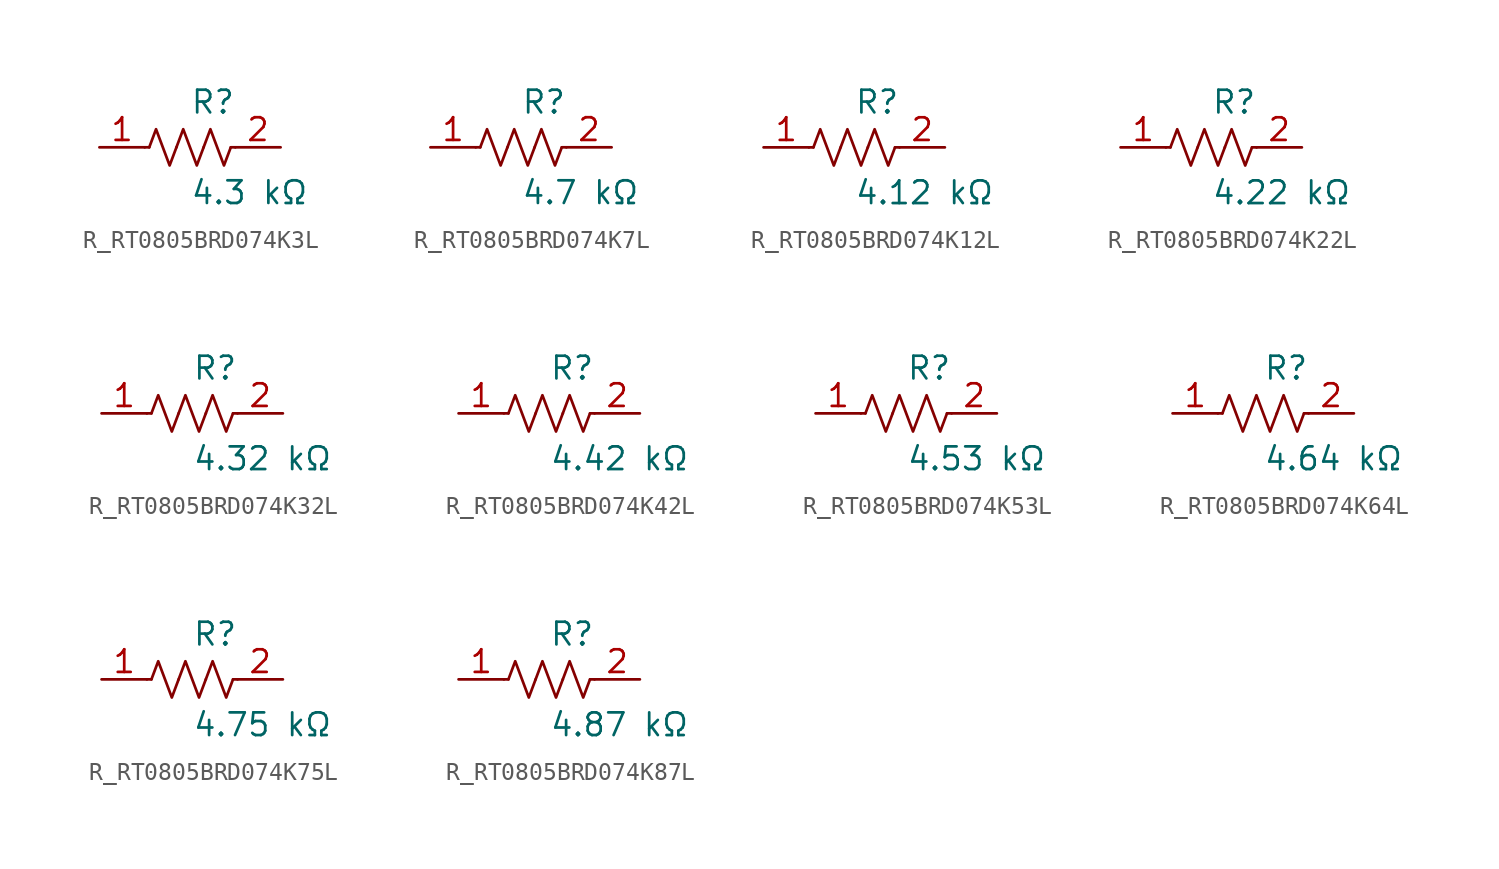
<source format=kicad_sym>
(kicad_symbol_lib
  (version 20231120)
  (generator kicad_symbol_editor)
  (generator_version 8.0)
  (symbol "R_RT0805BRD074K3L"
    (pin_names
      (offset 0.254))
    (property "Reference" "R"
      (at 0.0 2.54 0)
      (effects (font (size 1.27 1.27)) (justify left)))
    (property "Value" "4.3 kΩ"
      (at 0.0 -2.54 0)
      (effects (font (size 1.27 1.27)) (justify left)))
    (symbol "R_RT0805BRD074K3L_0_1"
      (polyline (pts (xy 2.286 0) (xy 2.54 0)) (stroke (width 0) (type default)) (fill (type none)))
      (polyline (pts (xy -2.286 0) (xy -2.54 0)) (stroke (width 0) (type default)) (fill (type none)))
      (polyline (pts (xy 0.762 0) (xy 1.143 1.016) (xy 1.524 0) (xy 1.905 -1.016) (xy 2.286 0)) (stroke (width 0) (type default)) (fill (type none)))
      (polyline (pts (xy -0.762 0) (xy -0.381 1.016) (xy 0 0) (xy 0.381 -1.016) (xy 0.762 0)) (stroke (width 0) (type default)) (fill (type none)))
      (polyline (pts (xy -2.286 0) (xy -1.905 1.016) (xy -1.524 0) (xy -1.143 -1.016) (xy -0.762 0)) (stroke (width 0) (type default)) (fill (type none))))
    (pin unspecified line
      (at -5.08 0 0)
      (length 2.54)
      (name "" (effects (font (size 1.27 1.27))))
      (number "1" (effects (font (size 1.27 1.27)))))
    (pin unspecified line
      (at 5.08 0 180)
      (length 2.54)
      (name "" (effects (font (size 1.27 1.27))))
      (number "2" (effects (font (size 1.27 1.27))))))
  (symbol "R_RT0805BRD074K7L"
    (pin_names
      (offset 0.254))
    (property "Reference" "R"
      (at 0.0 2.54 0)
      (effects (font (size 1.27 1.27)) (justify left)))
    (property "Value" "4.7 kΩ"
      (at 0.0 -2.54 0)
      (effects (font (size 1.27 1.27)) (justify left)))
    (symbol "R_RT0805BRD074K7L_0_1"
      (polyline (pts (xy 2.286 0) (xy 2.54 0)) (stroke (width 0) (type default)) (fill (type none)))
      (polyline (pts (xy -2.286 0) (xy -2.54 0)) (stroke (width 0) (type default)) (fill (type none)))
      (polyline (pts (xy 0.762 0) (xy 1.143 1.016) (xy 1.524 0) (xy 1.905 -1.016) (xy 2.286 0)) (stroke (width 0) (type default)) (fill (type none)))
      (polyline (pts (xy -0.762 0) (xy -0.381 1.016) (xy 0 0) (xy 0.381 -1.016) (xy 0.762 0)) (stroke (width 0) (type default)) (fill (type none)))
      (polyline (pts (xy -2.286 0) (xy -1.905 1.016) (xy -1.524 0) (xy -1.143 -1.016) (xy -0.762 0)) (stroke (width 0) (type default)) (fill (type none))))
    (pin unspecified line
      (at -5.08 0 0)
      (length 2.54)
      (name "" (effects (font (size 1.27 1.27))))
      (number "1" (effects (font (size 1.27 1.27)))))
    (pin unspecified line
      (at 5.08 0 180)
      (length 2.54)
      (name "" (effects (font (size 1.27 1.27))))
      (number "2" (effects (font (size 1.27 1.27))))))
  (symbol "R_RT0805BRD074K12L"
    (pin_names
      (offset 0.254))
    (property "Reference" "R"
      (at 0.0 2.54 0)
      (effects (font (size 1.27 1.27)) (justify left)))
    (property "Value" "4.12 kΩ"
      (at 0.0 -2.54 0)
      (effects (font (size 1.27 1.27)) (justify left)))
    (symbol "R_RT0805BRD074K12L_0_1"
      (polyline (pts (xy 2.286 0) (xy 2.54 0)) (stroke (width 0) (type default)) (fill (type none)))
      (polyline (pts (xy -2.286 0) (xy -2.54 0)) (stroke (width 0) (type default)) (fill (type none)))
      (polyline (pts (xy 0.762 0) (xy 1.143 1.016) (xy 1.524 0) (xy 1.905 -1.016) (xy 2.286 0)) (stroke (width 0) (type default)) (fill (type none)))
      (polyline (pts (xy -0.762 0) (xy -0.381 1.016) (xy 0 0) (xy 0.381 -1.016) (xy 0.762 0)) (stroke (width 0) (type default)) (fill (type none)))
      (polyline (pts (xy -2.286 0) (xy -1.905 1.016) (xy -1.524 0) (xy -1.143 -1.016) (xy -0.762 0)) (stroke (width 0) (type default)) (fill (type none))))
    (pin unspecified line
      (at -5.08 0 0)
      (length 2.54)
      (name "" (effects (font (size 1.27 1.27))))
      (number "1" (effects (font (size 1.27 1.27)))))
    (pin unspecified line
      (at 5.08 0 180)
      (length 2.54)
      (name "" (effects (font (size 1.27 1.27))))
      (number "2" (effects (font (size 1.27 1.27))))))
  (symbol "R_RT0805BRD074K22L"
    (pin_names
      (offset 0.254))
    (property "Reference" "R"
      (at 0.0 2.54 0)
      (effects (font (size 1.27 1.27)) (justify left)))
    (property "Value" "4.22 kΩ"
      (at 0.0 -2.54 0)
      (effects (font (size 1.27 1.27)) (justify left)))
    (symbol "R_RT0805BRD074K22L_0_1"
      (polyline (pts (xy 2.286 0) (xy 2.54 0)) (stroke (width 0) (type default)) (fill (type none)))
      (polyline (pts (xy -2.286 0) (xy -2.54 0)) (stroke (width 0) (type default)) (fill (type none)))
      (polyline (pts (xy 0.762 0) (xy 1.143 1.016) (xy 1.524 0) (xy 1.905 -1.016) (xy 2.286 0)) (stroke (width 0) (type default)) (fill (type none)))
      (polyline (pts (xy -0.762 0) (xy -0.381 1.016) (xy 0 0) (xy 0.381 -1.016) (xy 0.762 0)) (stroke (width 0) (type default)) (fill (type none)))
      (polyline (pts (xy -2.286 0) (xy -1.905 1.016) (xy -1.524 0) (xy -1.143 -1.016) (xy -0.762 0)) (stroke (width 0) (type default)) (fill (type none))))
    (pin unspecified line
      (at -5.08 0 0)
      (length 2.54)
      (name "" (effects (font (size 1.27 1.27))))
      (number "1" (effects (font (size 1.27 1.27)))))
    (pin unspecified line
      (at 5.08 0 180)
      (length 2.54)
      (name "" (effects (font (size 1.27 1.27))))
      (number "2" (effects (font (size 1.27 1.27))))))
  (symbol "R_RT0805BRD074K32L"
    (pin_names
      (offset 0.254))
    (property "Reference" "R"
      (at 0.0 2.54 0)
      (effects (font (size 1.27 1.27)) (justify left)))
    (property "Value" "4.32 kΩ"
      (at 0.0 -2.54 0)
      (effects (font (size 1.27 1.27)) (justify left)))
    (symbol "R_RT0805BRD074K32L_0_1"
      (polyline (pts (xy 2.286 0) (xy 2.54 0)) (stroke (width 0) (type default)) (fill (type none)))
      (polyline (pts (xy -2.286 0) (xy -2.54 0)) (stroke (width 0) (type default)) (fill (type none)))
      (polyline (pts (xy 0.762 0) (xy 1.143 1.016) (xy 1.524 0) (xy 1.905 -1.016) (xy 2.286 0)) (stroke (width 0) (type default)) (fill (type none)))
      (polyline (pts (xy -0.762 0) (xy -0.381 1.016) (xy 0 0) (xy 0.381 -1.016) (xy 0.762 0)) (stroke (width 0) (type default)) (fill (type none)))
      (polyline (pts (xy -2.286 0) (xy -1.905 1.016) (xy -1.524 0) (xy -1.143 -1.016) (xy -0.762 0)) (stroke (width 0) (type default)) (fill (type none))))
    (pin unspecified line
      (at -5.08 0 0)
      (length 2.54)
      (name "" (effects (font (size 1.27 1.27))))
      (number "1" (effects (font (size 1.27 1.27)))))
    (pin unspecified line
      (at 5.08 0 180)
      (length 2.54)
      (name "" (effects (font (size 1.27 1.27))))
      (number "2" (effects (font (size 1.27 1.27))))))
  (symbol "R_RT0805BRD074K42L"
    (pin_names
      (offset 0.254))
    (property "Reference" "R"
      (at 0.0 2.54 0)
      (effects (font (size 1.27 1.27)) (justify left)))
    (property "Value" "4.42 kΩ"
      (at 0.0 -2.54 0)
      (effects (font (size 1.27 1.27)) (justify left)))
    (symbol "R_RT0805BRD074K42L_0_1"
      (polyline (pts (xy 2.286 0) (xy 2.54 0)) (stroke (width 0) (type default)) (fill (type none)))
      (polyline (pts (xy -2.286 0) (xy -2.54 0)) (stroke (width 0) (type default)) (fill (type none)))
      (polyline (pts (xy 0.762 0) (xy 1.143 1.016) (xy 1.524 0) (xy 1.905 -1.016) (xy 2.286 0)) (stroke (width 0) (type default)) (fill (type none)))
      (polyline (pts (xy -0.762 0) (xy -0.381 1.016) (xy 0 0) (xy 0.381 -1.016) (xy 0.762 0)) (stroke (width 0) (type default)) (fill (type none)))
      (polyline (pts (xy -2.286 0) (xy -1.905 1.016) (xy -1.524 0) (xy -1.143 -1.016) (xy -0.762 0)) (stroke (width 0) (type default)) (fill (type none))))
    (pin unspecified line
      (at -5.08 0 0)
      (length 2.54)
      (name "" (effects (font (size 1.27 1.27))))
      (number "1" (effects (font (size 1.27 1.27)))))
    (pin unspecified line
      (at 5.08 0 180)
      (length 2.54)
      (name "" (effects (font (size 1.27 1.27))))
      (number "2" (effects (font (size 1.27 1.27))))))
  (symbol "R_RT0805BRD074K53L"
    (pin_names
      (offset 0.254))
    (property "Reference" "R"
      (at 0.0 2.54 0)
      (effects (font (size 1.27 1.27)) (justify left)))
    (property "Value" "4.53 kΩ"
      (at 0.0 -2.54 0)
      (effects (font (size 1.27 1.27)) (justify left)))
    (symbol "R_RT0805BRD074K53L_0_1"
      (polyline (pts (xy 2.286 0) (xy 2.54 0)) (stroke (width 0) (type default)) (fill (type none)))
      (polyline (pts (xy -2.286 0) (xy -2.54 0)) (stroke (width 0) (type default)) (fill (type none)))
      (polyline (pts (xy 0.762 0) (xy 1.143 1.016) (xy 1.524 0) (xy 1.905 -1.016) (xy 2.286 0)) (stroke (width 0) (type default)) (fill (type none)))
      (polyline (pts (xy -0.762 0) (xy -0.381 1.016) (xy 0 0) (xy 0.381 -1.016) (xy 0.762 0)) (stroke (width 0) (type default)) (fill (type none)))
      (polyline (pts (xy -2.286 0) (xy -1.905 1.016) (xy -1.524 0) (xy -1.143 -1.016) (xy -0.762 0)) (stroke (width 0) (type default)) (fill (type none))))
    (pin unspecified line
      (at -5.08 0 0)
      (length 2.54)
      (name "" (effects (font (size 1.27 1.27))))
      (number "1" (effects (font (size 1.27 1.27)))))
    (pin unspecified line
      (at 5.08 0 180)
      (length 2.54)
      (name "" (effects (font (size 1.27 1.27))))
      (number "2" (effects (font (size 1.27 1.27))))))
  (symbol "R_RT0805BRD074K64L"
    (pin_names
      (offset 0.254))
    (property "Reference" "R"
      (at 0.0 2.54 0)
      (effects (font (size 1.27 1.27)) (justify left)))
    (property "Value" "4.64 kΩ"
      (at 0.0 -2.54 0)
      (effects (font (size 1.27 1.27)) (justify left)))
    (symbol "R_RT0805BRD074K64L_0_1"
      (polyline (pts (xy 2.286 0) (xy 2.54 0)) (stroke (width 0) (type default)) (fill (type none)))
      (polyline (pts (xy -2.286 0) (xy -2.54 0)) (stroke (width 0) (type default)) (fill (type none)))
      (polyline (pts (xy 0.762 0) (xy 1.143 1.016) (xy 1.524 0) (xy 1.905 -1.016) (xy 2.286 0)) (stroke (width 0) (type default)) (fill (type none)))
      (polyline (pts (xy -0.762 0) (xy -0.381 1.016) (xy 0 0) (xy 0.381 -1.016) (xy 0.762 0)) (stroke (width 0) (type default)) (fill (type none)))
      (polyline (pts (xy -2.286 0) (xy -1.905 1.016) (xy -1.524 0) (xy -1.143 -1.016) (xy -0.762 0)) (stroke (width 0) (type default)) (fill (type none))))
    (pin unspecified line
      (at -5.08 0 0)
      (length 2.54)
      (name "" (effects (font (size 1.27 1.27))))
      (number "1" (effects (font (size 1.27 1.27)))))
    (pin unspecified line
      (at 5.08 0 180)
      (length 2.54)
      (name "" (effects (font (size 1.27 1.27))))
      (number "2" (effects (font (size 1.27 1.27))))))
  (symbol "R_RT0805BRD074K75L"
    (pin_names
      (offset 0.254))
    (property "Reference" "R"
      (at 0.0 2.54 0)
      (effects (font (size 1.27 1.27)) (justify left)))
    (property "Value" "4.75 kΩ"
      (at 0.0 -2.54 0)
      (effects (font (size 1.27 1.27)) (justify left)))
    (symbol "R_RT0805BRD074K75L_0_1"
      (polyline (pts (xy 2.286 0) (xy 2.54 0)) (stroke (width 0) (type default)) (fill (type none)))
      (polyline (pts (xy -2.286 0) (xy -2.54 0)) (stroke (width 0) (type default)) (fill (type none)))
      (polyline (pts (xy 0.762 0) (xy 1.143 1.016) (xy 1.524 0) (xy 1.905 -1.016) (xy 2.286 0)) (stroke (width 0) (type default)) (fill (type none)))
      (polyline (pts (xy -0.762 0) (xy -0.381 1.016) (xy 0 0) (xy 0.381 -1.016) (xy 0.762 0)) (stroke (width 0) (type default)) (fill (type none)))
      (polyline (pts (xy -2.286 0) (xy -1.905 1.016) (xy -1.524 0) (xy -1.143 -1.016) (xy -0.762 0)) (stroke (width 0) (type default)) (fill (type none))))
    (pin unspecified line
      (at -5.08 0 0)
      (length 2.54)
      (name "" (effects (font (size 1.27 1.27))))
      (number "1" (effects (font (size 1.27 1.27)))))
    (pin unspecified line
      (at 5.08 0 180)
      (length 2.54)
      (name "" (effects (font (size 1.27 1.27))))
      (number "2" (effects (font (size 1.27 1.27))))))
  (symbol "R_RT0805BRD074K87L"
    (pin_names
      (offset 0.254))
    (property "Reference" "R"
      (at 0.0 2.54 0)
      (effects (font (size 1.27 1.27)) (justify left)))
    (property "Value" "4.87 kΩ"
      (at 0.0 -2.54 0)
      (effects (font (size 1.27 1.27)) (justify left)))
    (symbol "R_RT0805BRD074K87L_0_1"
      (polyline (pts (xy 2.286 0) (xy 2.54 0)) (stroke (width 0) (type default)) (fill (type none)))
      (polyline (pts (xy -2.286 0) (xy -2.54 0)) (stroke (width 0) (type default)) (fill (type none)))
      (polyline (pts (xy 0.762 0) (xy 1.143 1.016) (xy 1.524 0) (xy 1.905 -1.016) (xy 2.286 0)) (stroke (width 0) (type default)) (fill (type none)))
      (polyline (pts (xy -0.762 0) (xy -0.381 1.016) (xy 0 0) (xy 0.381 -1.016) (xy 0.762 0)) (stroke (width 0) (type default)) (fill (type none)))
      (polyline (pts (xy -2.286 0) (xy -1.905 1.016) (xy -1.524 0) (xy -1.143 -1.016) (xy -0.762 0)) (stroke (width 0) (type default)) (fill (type none))))
    (pin unspecified line
      (at -5.08 0 0)
      (length 2.54)
      (name "" (effects (font (size 1.27 1.27))))
      (number "1" (effects (font (size 1.27 1.27)))))
    (pin unspecified line
      (at 5.08 0 180)
      (length 2.54)
      (name "" (effects (font (size 1.27 1.27))))
      (number "2" (effects (font (size 1.27 1.27)))))))
</source>
